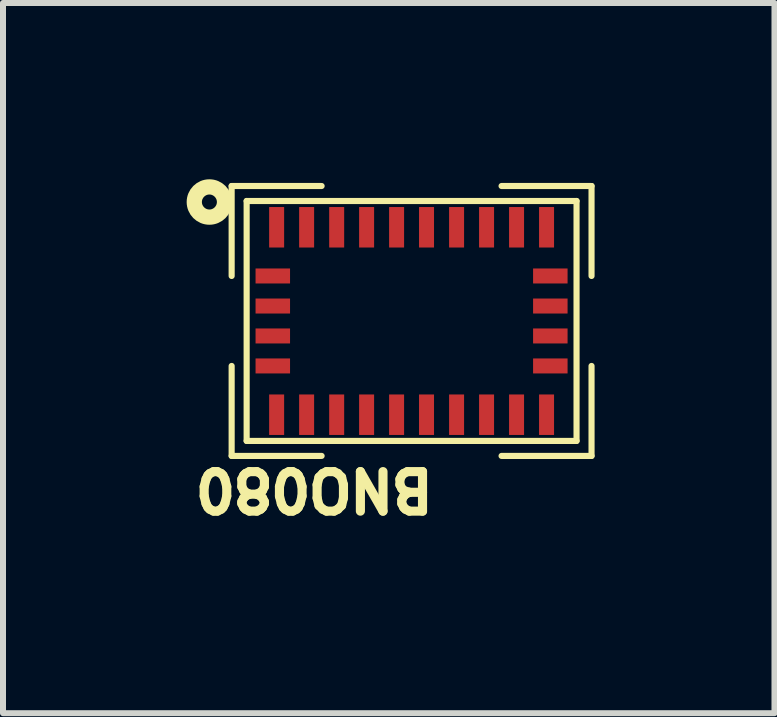
<source format=kicad_pcb>
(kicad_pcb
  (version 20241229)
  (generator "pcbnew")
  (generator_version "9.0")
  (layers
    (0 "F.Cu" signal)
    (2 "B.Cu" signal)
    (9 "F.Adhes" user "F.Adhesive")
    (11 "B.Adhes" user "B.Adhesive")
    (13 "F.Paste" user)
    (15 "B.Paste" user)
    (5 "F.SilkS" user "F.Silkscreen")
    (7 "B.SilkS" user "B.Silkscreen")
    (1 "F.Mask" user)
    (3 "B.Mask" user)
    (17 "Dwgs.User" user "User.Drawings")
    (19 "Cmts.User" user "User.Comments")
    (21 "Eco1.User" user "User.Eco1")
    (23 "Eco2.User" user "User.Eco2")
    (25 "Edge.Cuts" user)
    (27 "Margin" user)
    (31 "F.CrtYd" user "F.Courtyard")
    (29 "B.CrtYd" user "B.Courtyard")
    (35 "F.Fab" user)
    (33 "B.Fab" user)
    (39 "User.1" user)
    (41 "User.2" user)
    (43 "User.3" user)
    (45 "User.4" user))
  (footprint "BNO080"
    (layer "F.Cu")
    (at 3.812 2.301)
    (property "Reference" "BNO080" (at 0.439 2.423 180) (unlocked yes) (layer "F.SilkS") (effects (font (size 0.659 0.659) (thickness 0.152)) (justify left bottom)))
    (fp_line (start -3 -2.25) (end -3 -0.75) (stroke (width 0.102) (type solid)) (layer "F.SilkS"))
    (fp_line (start -3 0.75) (end -3 2.25) (stroke (width 0.102) (type solid)) (layer "F.SilkS"))
    (fp_line (start -2.75 -2) (end -2.75 2) (stroke (width 0.102) (type solid)) (layer "F.SilkS"))
    (fp_line (start -1.5 -2.25) (end -3 -2.25) (stroke (width 0.102) (type solid)) (layer "F.SilkS"))
    (fp_line (start -1.5 2.25) (end -3 2.25) (stroke (width 0.102) (type solid)) (layer "F.SilkS"))
    (fp_line (start 2.75 -2) (end -2.75 -2) (stroke (width 0.102) (type solid)) (layer "F.SilkS"))
    (fp_line (start 2.75 -2) (end 2.75 2) (stroke (width 0.102) (type solid)) (layer "F.SilkS"))
    (fp_line (start 2.75 2) (end -2.75 2) (stroke (width 0.102) (type solid)) (layer "F.SilkS"))
    (fp_line (start 3 -2.25) (end 1.5 -2.25) (stroke (width 0.102) (type solid)) (layer "F.SilkS"))
    (fp_line (start 3 -2.25) (end 3 -0.75) (stroke (width 0.102) (type solid)) (layer "F.SilkS"))
    (fp_line (start 3 0.75) (end 3 2.25) (stroke (width 0.102) (type solid)) (layer "F.SilkS"))
    (fp_line (start 3 2.25) (end 1.5 2.25) (stroke (width 0.102) (type solid)) (layer "F.SilkS"))
    (fp_circle (center -3.371 -1.983) (end -3.371 -1.858) (stroke (width 0.254) (type solid)) (fill no) (layer "F.SilkS"))
    (pad "1" smd rect (at -2.25 -1.562) (size 0.25 0.675) (layers "F.Cu" "F.Mask" "F.Paste"))
    (pad "2" smd rect (at -2.314 -0.75 270) (size 0.25 0.575) (layers "F.Cu" "F.Mask" "F.Paste"))
    (pad "3" smd rect (at -2.314 -0.249 270) (size 0.25 0.575) (layers "F.Cu" "F.Mask" "F.Paste"))
    (pad "4" smd rect (at -2.314 0.25 270) (size 0.25 0.575) (layers "F.Cu" "F.Mask" "F.Paste"))
    (pad "5" smd rect (at -2.314 0.75 270) (size 0.25 0.575) (layers "F.Cu" "F.Mask" "F.Paste"))
    (pad "6" smd rect (at -2.25 1.563 180) (size 0.25 0.675) (layers "F.Cu" "F.Mask" "F.Paste"))
    (pad "7" smd rect (at -1.75 1.563 180) (size 0.25 0.675) (layers "F.Cu" "F.Mask" "F.Paste"))
    (pad "8" smd rect (at -1.249 1.563 180) (size 0.25 0.675) (layers "F.Cu" "F.Mask" "F.Paste"))
    (pad "9" smd rect (at -0.75 1.563 180) (size 0.25 0.675) (layers "F.Cu" "F.Mask" "F.Paste"))
    (pad "10" smd rect (at -0.25 1.563 180) (size 0.25 0.675) (layers "F.Cu" "F.Mask" "F.Paste"))
    (pad "11" smd rect (at 0.249 1.563 180) (size 0.25 0.675) (layers "F.Cu" "F.Mask" "F.Paste"))
    (pad "12" smd rect (at 0.75 1.563 180) (size 0.25 0.675) (layers "F.Cu" "F.Mask" "F.Paste"))
    (pad "13" smd rect (at 1.25 1.563 180) (size 0.25 0.675) (layers "F.Cu" "F.Mask" "F.Paste"))
    (pad "14" smd rect (at 1.75 1.563 180) (size 0.25 0.675) (layers "F.Cu" "F.Mask" "F.Paste"))
    (pad "15" smd rect (at 2.25 1.563 180) (size 0.25 0.675) (layers "F.Cu" "F.Mask" "F.Paste"))
    (pad "16" smd rect (at 2.313 0.75 90) (size 0.25 0.575) (layers "F.Cu" "F.Mask" "F.Paste"))
    (pad "17" smd rect (at 2.313 0.25 90) (size 0.25 0.575) (layers "F.Cu" "F.Mask" "F.Paste"))
    (pad "18" smd rect (at 2.313 -0.249 270) (size 0.25 0.575) (layers "F.Cu" "F.Mask" "F.Paste"))
    (pad "19" smd rect (at 2.313 -0.75 90) (size 0.25 0.575) (layers "F.Cu" "F.Mask" "F.Paste"))
    (pad "20" smd rect (at 2.25 -1.562) (size 0.25 0.675) (layers "F.Cu" "F.Mask" "F.Paste"))
    (pad "21" smd rect (at 1.75 -1.562) (size 0.25 0.675) (layers "F.Cu" "F.Mask" "F.Paste"))
    (pad "22" smd rect (at 1.25 -1.562) (size 0.25 0.675) (layers "F.Cu" "F.Mask" "F.Paste"))
    (pad "23" smd rect (at 0.75 -1.562) (size 0.25 0.675) (layers "F.Cu" "F.Mask" "F.Paste"))
    (pad "24" smd rect (at 0.249 -1.562) (size 0.25 0.675) (layers "F.Cu" "F.Mask" "F.Paste"))
    (pad "25" smd rect (at -0.25 -1.562) (size 0.25 0.675) (layers "F.Cu" "F.Mask" "F.Paste"))
    (pad "26" smd rect (at -0.75 -1.562) (size 0.25 0.675) (layers "F.Cu" "F.Mask" "F.Paste"))
    (pad "27" smd rect (at -1.249 -1.562) (size 0.25 0.675) (layers "F.Cu" "F.Mask" "F.Paste"))
    (pad "28" smd rect (at -1.75 -1.562) (size 0.25 0.675) (layers "F.Cu" "F.Mask" "F.Paste")))
  (gr_rect
    (start -3 -3)
    (end 9.862 8.84)
    (stroke (width 0.1) (type default))
    (fill no)
    (layer "Edge.Cuts")))
</source>
